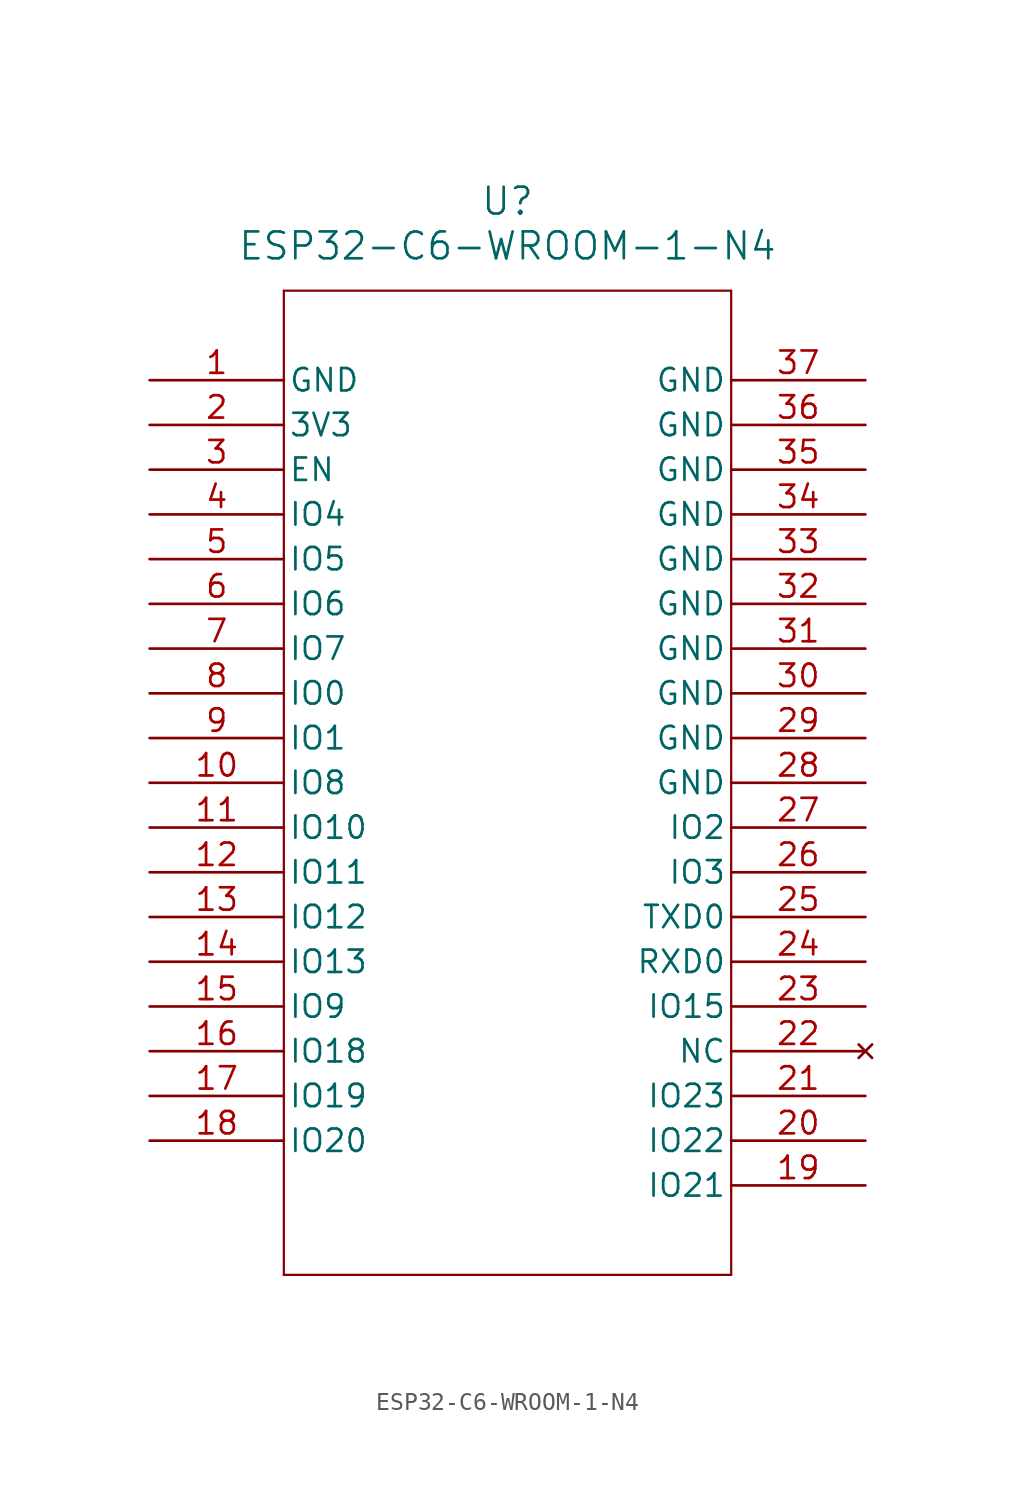
<source format=kicad_sym>
(kicad_symbol_lib
  (version 20211014)
  (generator kicad_symbol_editor)
  (symbol "ESP32-C6-WROOM-1-N4"
    (pin_names
      (offset 0.254))
    (property "Reference" "U"
      (at 20.32 10.16 0)
      (effects (font (size 1.524 1.524))))
    (property "Value" "ESP32-C6-WROOM-1-N4"
      (at 20.32 7.62 0)
      (effects (font (size 1.524 1.524))))
    (symbol "ESP32-C6-WROOM-1-N4_0_1"
      (polyline (pts (xy 7.62 5.08) (xy 7.62 -50.8)) (stroke (width 0.127) (type default) (color 0 0 0 0)) (fill (type none)))
      (polyline (pts (xy 7.62 -50.8) (xy 33.02 -50.8)) (stroke (width 0.127) (type default) (color 0 0 0 0)) (fill (type none)))
      (polyline (pts (xy 33.02 -50.8) (xy 33.02 5.08)) (stroke (width 0.127) (type default) (color 0 0 0 0)) (fill (type none)))
      (polyline (pts (xy 33.02 5.08) (xy 7.62 5.08)) (stroke (width 0.127) (type default) (color 0 0 0 0)) (fill (type none)))
      (pin power_out line (at 0 0 0) (length 7.62) (name "GND" (effects (font (size 1.27 1.27)))) (number "1" (effects (font (size 1.27 1.27)))))
      (pin power_in line (at 0 -2.54 0) (length 7.62) (name "3V3" (effects (font (size 1.27 1.27)))) (number "2" (effects (font (size 1.27 1.27)))))
      (pin input line (at 0 -5.08 0) (length 7.62) (name "EN" (effects (font (size 1.27 1.27)))) (number "3" (effects (font (size 1.27 1.27)))))
      (pin bidirectional line (at 0 -7.62 0) (length 7.62) (name "IO4" (effects (font (size 1.27 1.27)))) (number "4" (effects (font (size 1.27 1.27)))))
      (pin bidirectional line (at 0 -10.16 0) (length 7.62) (name "IO5" (effects (font (size 1.27 1.27)))) (number "5" (effects (font (size 1.27 1.27)))))
      (pin bidirectional line (at 0 -12.7 0) (length 7.62) (name "IO6" (effects (font (size 1.27 1.27)))) (number "6" (effects (font (size 1.27 1.27)))))
      (pin bidirectional line (at 0 -15.24 0) (length 7.62) (name "IO7" (effects (font (size 1.27 1.27)))) (number "7" (effects (font (size 1.27 1.27)))))
      (pin bidirectional line (at 0 -17.78 0) (length 7.62) (name "IO0" (effects (font (size 1.27 1.27)))) (number "8" (effects (font (size 1.27 1.27)))))
      (pin bidirectional line (at 0 -20.32 0) (length 7.62) (name "IO1" (effects (font (size 1.27 1.27)))) (number "9" (effects (font (size 1.27 1.27)))))
      (pin bidirectional line (at 0 -22.86 0) (length 7.62) (name "IO8" (effects (font (size 1.27 1.27)))) (number "10" (effects (font (size 1.27 1.27)))))
      (pin bidirectional line (at 0 -25.4 0) (length 7.62) (name "IO10" (effects (font (size 1.27 1.27)))) (number "11" (effects (font (size 1.27 1.27)))))
      (pin bidirectional line (at 0 -27.94 0) (length 7.62) (name "IO11" (effects (font (size 1.27 1.27)))) (number "12" (effects (font (size 1.27 1.27)))))
      (pin bidirectional line (at 0 -30.48 0) (length 7.62) (name "IO12" (effects (font (size 1.27 1.27)))) (number "13" (effects (font (size 1.27 1.27)))))
      (pin bidirectional line (at 0 -33.02 0) (length 7.62) (name "IO13" (effects (font (size 1.27 1.27)))) (number "14" (effects (font (size 1.27 1.27)))))
      (pin bidirectional line (at 0 -35.56 0) (length 7.62) (name "IO9" (effects (font (size 1.27 1.27)))) (number "15" (effects (font (size 1.27 1.27)))))
      (pin bidirectional line (at 0 -38.1 0) (length 7.62) (name "IO18" (effects (font (size 1.27 1.27)))) (number "16" (effects (font (size 1.27 1.27)))))
      (pin bidirectional line (at 0 -40.64 0) (length 7.62) (name "IO19" (effects (font (size 1.27 1.27)))) (number "17" (effects (font (size 1.27 1.27)))))
      (pin bidirectional line (at 0 -43.18 0) (length 7.62) (name "IO20" (effects (font (size 1.27 1.27)))) (number "18" (effects (font (size 1.27 1.27)))))
      (pin bidirectional line (at 40.64 -45.72 180) (length 7.62) (name "IO21" (effects (font (size 1.27 1.27)))) (number "19" (effects (font (size 1.27 1.27)))))
      (pin bidirectional line (at 40.64 -43.18 180) (length 7.62) (name "IO22" (effects (font (size 1.27 1.27)))) (number "20" (effects (font (size 1.27 1.27)))))
      (pin bidirectional line (at 40.64 -40.64 180) (length 7.62) (name "IO23" (effects (font (size 1.27 1.27)))) (number "21" (effects (font (size 1.27 1.27)))))
      (pin no_connect line (at 40.64 -38.1 180) (length 7.62) (name "NC" (effects (font (size 1.27 1.27)))) (number "22" (effects (font (size 1.27 1.27)))))
      (pin bidirectional line (at 40.64 -35.56 180) (length 7.62) (name "IO15" (effects (font (size 1.27 1.27)))) (number "23" (effects (font (size 1.27 1.27)))))
      (pin bidirectional line (at 40.64 -33.02 180) (length 7.62) (name "RXD0" (effects (font (size 1.27 1.27)))) (number "24" (effects (font (size 1.27 1.27)))))
      (pin bidirectional line (at 40.64 -30.48 180) (length 7.62) (name "TXD0" (effects (font (size 1.27 1.27)))) (number "25" (effects (font (size 1.27 1.27)))))
      (pin bidirectional line (at 40.64 -27.94 180) (length 7.62) (name "IO3" (effects (font (size 1.27 1.27)))) (number "26" (effects (font (size 1.27 1.27)))))
      (pin bidirectional line (at 40.64 -25.4 180) (length 7.62) (name "IO2" (effects (font (size 1.27 1.27)))) (number "27" (effects (font (size 1.27 1.27)))))
      (pin power_out line (at 40.64 -22.86 180) (length 7.62) (name "GND" (effects (font (size 1.27 1.27)))) (number "28" (effects (font (size 1.27 1.27)))))
      (pin power_out line (at 40.64 -20.32 180) (length 7.62) (name "GND" (effects (font (size 1.27 1.27)))) (number "29" (effects (font (size 1.27 1.27)))))
      (pin power_out line (at 40.64 -17.78 180) (length 7.62) (name "GND" (effects (font (size 1.27 1.27)))) (number "30" (effects (font (size 1.27 1.27)))))
      (pin power_out line (at 40.64 -15.24 180) (length 7.62) (name "GND" (effects (font (size 1.27 1.27)))) (number "31" (effects (font (size 1.27 1.27)))))
      (pin power_out line (at 40.64 -12.7 180) (length 7.62) (name "GND" (effects (font (size 1.27 1.27)))) (number "32" (effects (font (size 1.27 1.27)))))
      (pin power_out line (at 40.64 -10.16 180) (length 7.62) (name "GND" (effects (font (size 1.27 1.27)))) (number "33" (effects (font (size 1.27 1.27)))))
      (pin power_out line (at 40.64 -7.62 180) (length 7.62) (name "GND" (effects (font (size 1.27 1.27)))) (number "34" (effects (font (size 1.27 1.27)))))
      (pin power_out line (at 40.64 -5.08 180) (length 7.62) (name "GND" (effects (font (size 1.27 1.27)))) (number "35" (effects (font (size 1.27 1.27)))))
      (pin power_out line (at 40.64 -2.54 180) (length 7.62) (name "GND" (effects (font (size 1.27 1.27)))) (number "36" (effects (font (size 1.27 1.27)))))
      (pin power_out line (at 40.64 0 180) (length 7.62) (name "GND" (effects (font (size 1.27 1.27)))) (number "37" (effects (font (size 1.27 1.27))))))))
</source>
